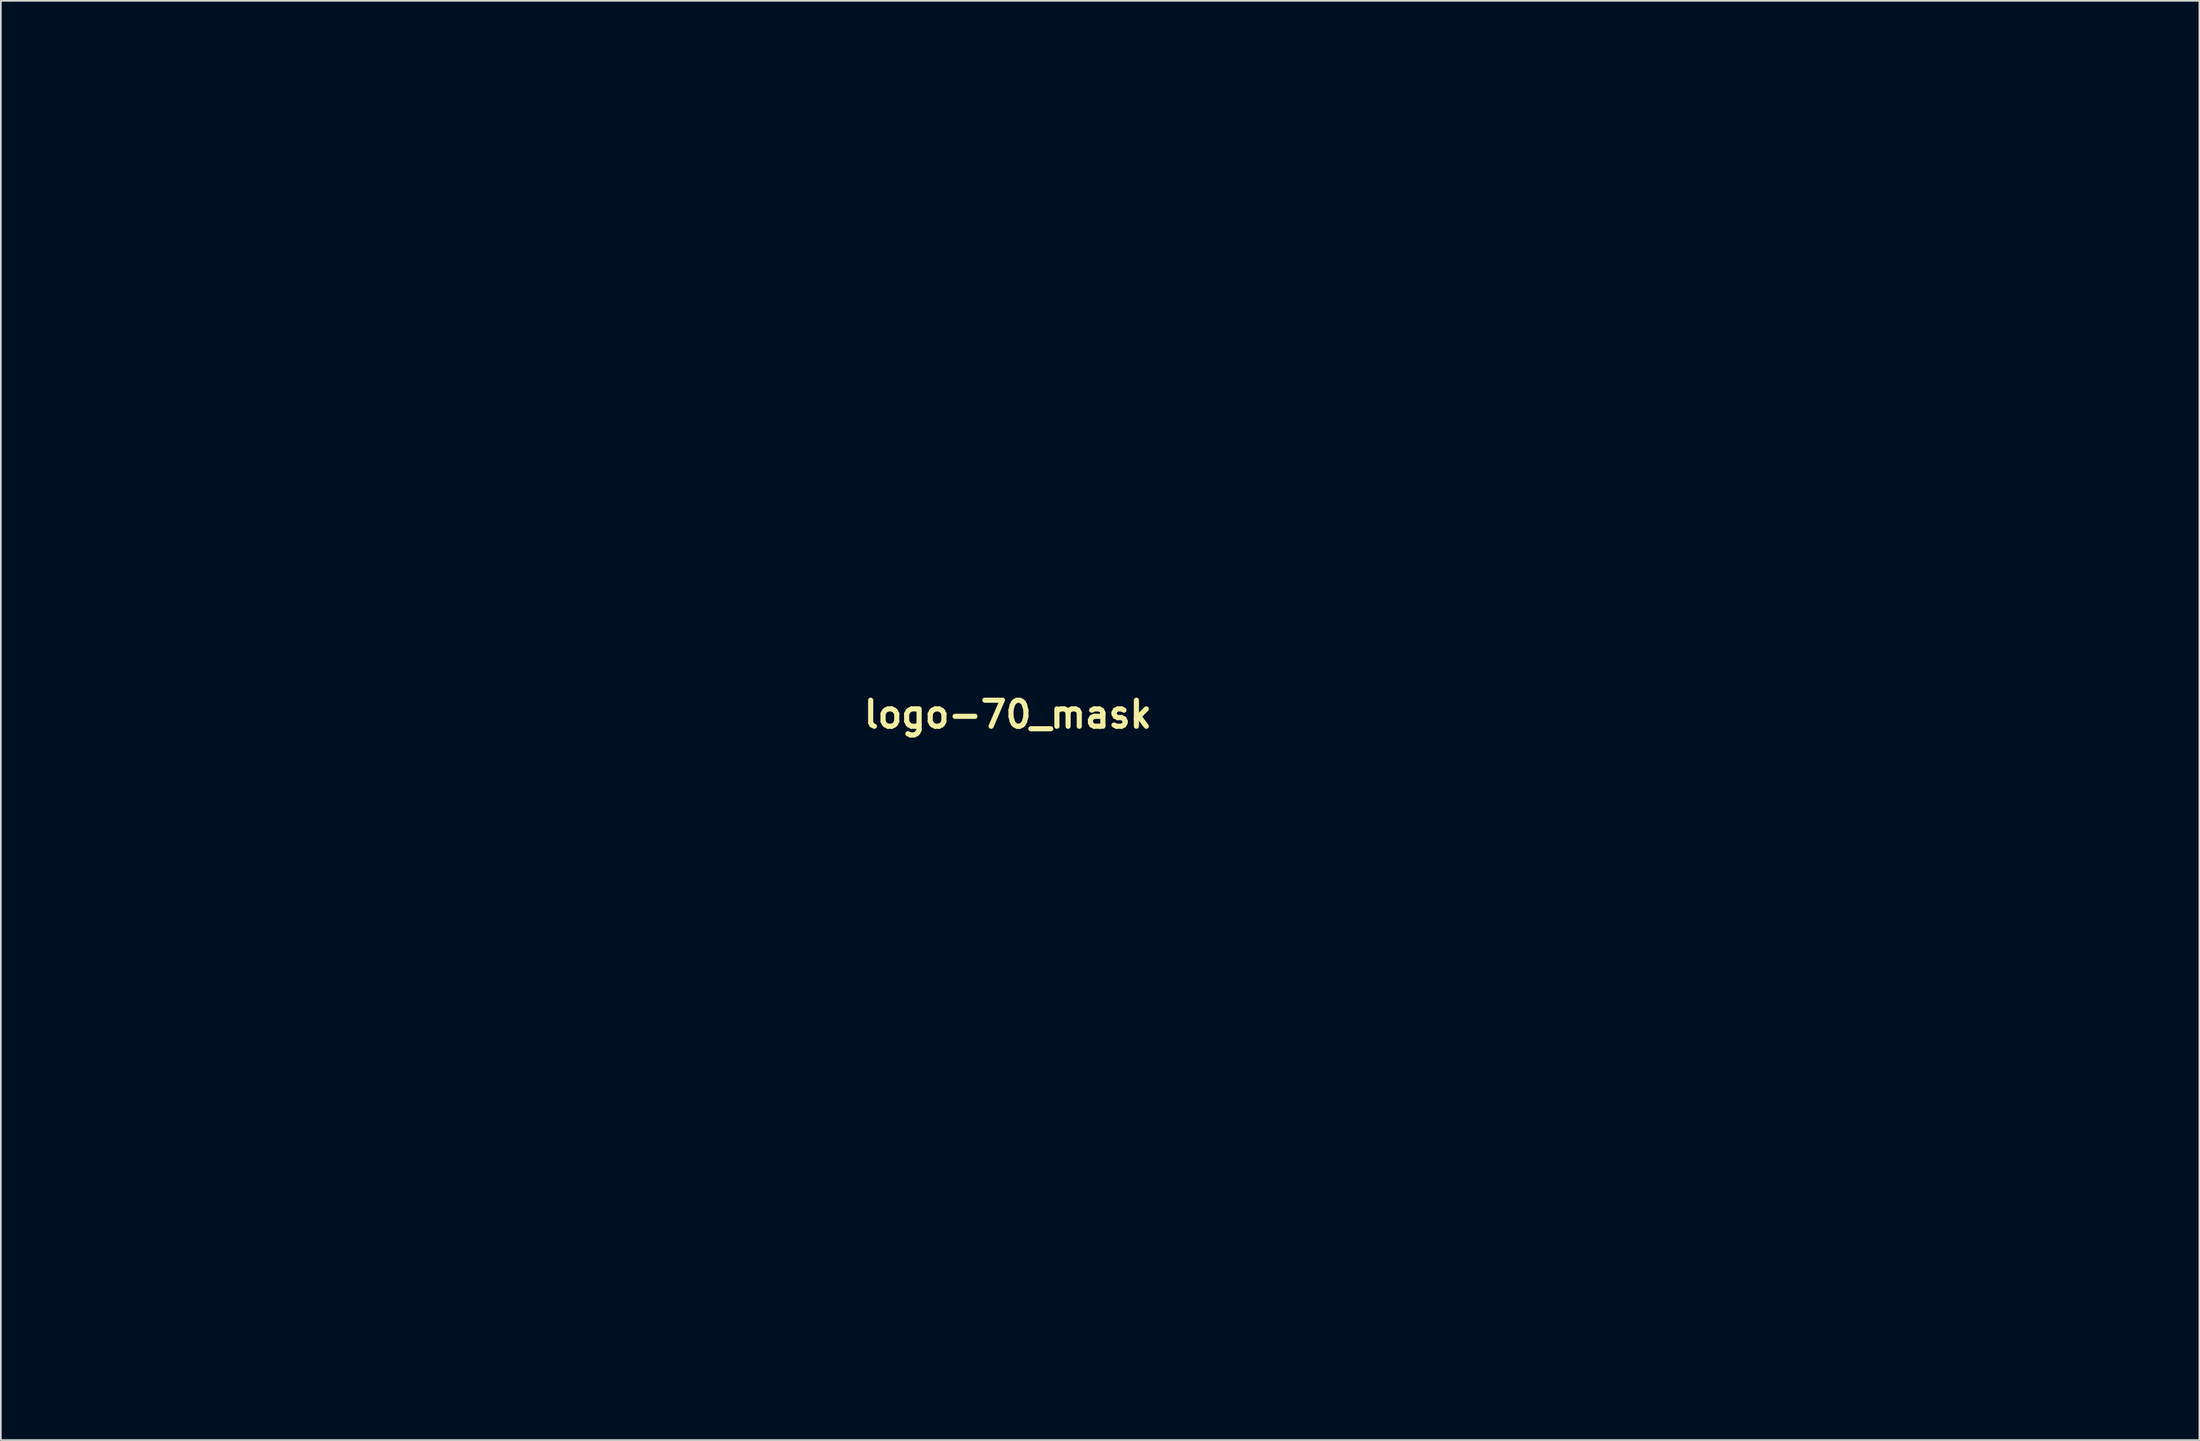
<source format=kicad_pcb>
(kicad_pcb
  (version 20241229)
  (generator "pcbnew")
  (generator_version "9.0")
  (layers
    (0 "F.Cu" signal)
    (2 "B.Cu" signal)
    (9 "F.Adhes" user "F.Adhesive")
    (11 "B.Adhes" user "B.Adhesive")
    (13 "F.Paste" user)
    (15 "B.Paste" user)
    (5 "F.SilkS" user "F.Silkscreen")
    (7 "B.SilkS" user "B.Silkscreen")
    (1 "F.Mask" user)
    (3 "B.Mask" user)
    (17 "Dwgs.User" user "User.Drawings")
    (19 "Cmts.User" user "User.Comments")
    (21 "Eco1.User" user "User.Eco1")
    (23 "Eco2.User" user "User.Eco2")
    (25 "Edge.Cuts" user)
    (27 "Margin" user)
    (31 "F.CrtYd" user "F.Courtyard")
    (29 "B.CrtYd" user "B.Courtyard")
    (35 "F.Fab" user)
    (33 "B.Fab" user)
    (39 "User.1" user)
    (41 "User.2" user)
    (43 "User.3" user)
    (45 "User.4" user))
  (footprint "logo-70_mask"
    (layer "F.Cu")
    (at 55.853 38.72)
    (property "Reference" "logo-70_mask" (at 0 0 0) (layer "F.SilkS") (effects (font (size 1.524 1.524) (thickness 0.3))))
    (attr through_hole)
    (fp_poly (pts (xy 25.186 13.965) (xy 25.276 14.64) (xy 25.218 15.565) (xy 25.054 16.48) (xy 24.825 17.129) (xy 24.649 17.286) (xy 24.473 16.969) (xy 24.362 16.159) (xy 24.342 15.543) (xy 24.419 14.407) (xy 24.618 13.707) (xy 24.891 13.533) (xy 25.186 13.965)) (stroke (width 0.01) (type solid)) (fill yes) (layer "F.Mask"))
    (fp_poly (pts (xy 19.671 15.47) (xy 19.756 16.008) (xy 19.646 16.73) (xy 19.376 17.671) (xy 19.034 18.587) (xy 18.706 19.236) (xy 18.527 19.403) (xy 18.433 19.091) (xy 18.402 18.318) (xy 18.407 18.08) (xy 18.549 16.749) (xy 18.847 15.737) (xy 19.245 15.209) (xy 19.394 15.169) (xy 19.671 15.47)) (stroke (width 0.01) (type solid)) (fill yes) (layer "F.Mask"))
    (fp_poly (pts (xy 13.334 16.122) (xy 13.401 16.492) (xy 13.268 17.146) (xy 12.94 18.048) (xy 12.51 19.001) (xy 12.073 19.806) (xy 11.722 20.267) (xy 11.591 20.293) (xy 11.555 19.862) (xy 11.682 19.003) (xy 11.917 17.959) (xy 12.204 16.971) (xy 12.489 16.284) (xy 12.504 16.259) (xy 12.969 15.888) (xy 13.334 16.122)) (stroke (width 0.01) (type solid)) (fill yes) (layer "F.Mask"))
    (fp_poly (pts (xy -1.248 14.207) (xy -1.329 14.6) (xy -1.656 15.204) (xy -2.206 15.949) (xy -3.004 16.803) (xy -3.905 17.639) (xy -4.763 18.331) (xy -5.433 18.753) (xy -5.769 18.781) (xy -5.689 18.309) (xy -5.206 17.526) (xy -4.455 16.581) (xy -3.57 15.62) (xy -2.684 14.793) (xy -1.933 14.247) (xy -1.542 14.111) (xy -1.248 14.207)) (stroke (width 0.01) (type solid)) (fill yes) (layer "F.Mask"))
    (fp_poly (pts (xy 6.319 15.911) (xy 6.35 16.035) (xy 6.176 16.665) (xy 5.729 17.535) (xy 5.123 18.486) (xy 4.471 19.359) (xy 3.886 19.995) (xy 3.482 20.233) (xy 3.398 20.183) (xy 3.441 19.709) (xy 3.768 18.835) (xy 4.292 17.762) (xy 4.925 16.69) (xy 4.939 16.669) (xy 5.437 16.144) (xy 5.975 15.856) (xy 6.319 15.911)) (stroke (width 0.01) (type solid)) (fill yes) (layer "F.Mask"))
    (fp_poly (pts (xy -9.535 11.163) (xy -9.782 11.642) (xy -10.368 12.364) (xy -11.096 13.12) (xy -11.764 13.698) (xy -12.12 13.891) (xy -12.669 14.124) (xy -13.479 14.62) (xy -13.648 14.738) (xy -14.553 15.334) (xy -15.027 15.499) (xy -15.169 15.267) (xy -15.169 15.249) (xy -14.927 14.859) (xy -14.305 14.168) (xy -13.466 13.328) (xy -12.569 12.494) (xy -11.775 11.817) (xy -11.244 11.452) (xy -11.173 11.428) (xy -10.501 11.241) (xy -10.142 11.109) (xy -9.642 11.035) (xy -9.535 11.163)) (stroke (width 0.01) (type solid)) (fill yes) (layer "F.Mask"))
    (fp_poly (pts (xy -35.278 -11.048) (xy -34.972 -10.868) (xy -34.223 -10.85) (xy -34.085 -10.864) (xy -33.068 -10.864) (xy -32.681 -10.629) (xy -32.94 -10.269) (xy -33.861 -9.895) (xy -33.944 -9.873) (xy -35.053 -9.577) (xy -35.972 -9.317) (xy -36.16 -9.259) (xy -36.852 -9.138) (xy -37.912 -9.06) (xy -39.168 -9.023) (xy -40.448 -9.027) (xy -41.58 -9.07) (xy -42.392 -9.151) (xy -42.711 -9.269) (xy -42.697 -9.302) (xy -42.193 -9.54) (xy -41.072 -9.899) (xy -39.407 -10.358) (xy -37.272 -10.897) (xy -36.072 -11.184) (xy -35.462 -11.211) (xy -35.278 -11.048)) (stroke (width 0.01) (type solid)) (fill yes) (layer "F.Mask"))
    (fp_poly (pts (xy -17.83 5.861) (xy -17.639 6.011) (xy -17.906 6.407) (xy -18.555 6.928) (xy -18.603 6.959) (xy -19.511 7.617) (xy -20.204 8.215) (xy -20.789 8.624) (xy -21.148 8.655) (xy -21.623 8.674) (xy -22.499 8.933) (xy -23.104 9.171) (xy -24.247 9.645) (xy -24.838 9.833) (xy -24.967 9.743) (xy -24.724 9.385) (xy -24.678 9.328) (xy -24.114 8.84) (xy -23.186 8.209) (xy -22.606 7.861) (xy -21.615 7.26) (xy -20.867 6.735) (xy -20.637 6.529) (xy -20.129 6.223) (xy -19.322 5.981) (xy -18.471 5.845) (xy -17.83 5.861)) (stroke (width 0.01) (type solid)) (fill yes) (layer "F.Mask"))
    (fp_poly (pts (xy -25.901 -1.339) (xy -25.33 -1.279) (xy -25.254 -1.126) (xy -25.556 -0.859) (xy -26.254 -0.461) (xy -26.655 -0.353) (xy -27.212 -0.152) (xy -27.91 0.3) (xy -28.754 0.715) (xy -29.971 1.044) (xy -30.692 1.153) (xy -31.878 1.303) (xy -32.827 1.473) (xy -33.18 1.569) (xy -33.789 1.629) (xy -33.979 1.534) (xy -33.826 1.277) (xy -33.222 0.857) (xy -32.37 0.38) (xy -31.47 -0.045) (xy -30.722 -0.311) (xy -30.47 -0.35) (xy -29.921 -0.597) (xy -29.675 -0.832) (xy -29.036 -1.141) (xy -27.805 -1.312) (xy -27.074 -1.339) (xy -25.901 -1.339)) (stroke (width 0.01) (type solid)) (fill yes) (layer "F.Mask"))
    (fp_poly (pts (xy -42.192 -23.372) (xy -41.819 -23.196) (xy -41.804 -23.179) (xy -41.225 -22.772) (xy -41.01 -22.719) (xy -40.295 -22.663) (xy -39.864 -22.631) (xy -39.29 -22.451) (xy -39.158 -22.253) (xy -39.491 -21.942) (xy -40.406 -21.675) (xy -41.782 -21.483) (xy -42.245 -21.446) (xy -43.026 -21.319) (xy -43.389 -21.112) (xy -43.392 -21.092) (xy -43.651 -20.831) (xy -44.282 -20.927) (xy -44.989 -21.296) (xy -45.688 -21.579) (xy -46.835 -21.848) (xy -48.104 -22.034) (xy -49.316 -22.207) (xy -50.057 -22.406) (xy -50.212 -22.602) (xy -50.211 -22.603) (xy -49.75 -22.76) (xy -48.743 -22.942) (xy -47.347 -23.126) (xy -46.027 -23.26) (xy -44.191 -23.402) (xy -42.948 -23.439) (xy -42.192 -23.372)) (stroke (width 0.01) (type solid)) (fill yes) (layer "F.Mask"))
    (fp_poly (pts (xy -54.156 -38.706) (xy -52.74 -38.613) (xy -51.055 -38.481) (xy -49.471 -38.36) (xy -48.228 -38.269) (xy -47.801 -38.24) (xy -46.841 -38.176) (xy -46.205 -38.13) (xy -46.126 -38.124) (xy -45.889 -37.814) (xy -45.861 -37.581) (xy -45.555 -37.145) (xy -44.806 -36.789) (xy -44.739 -36.771) (xy -43.93 -36.466) (xy -43.499 -36.124) (xy -43.491 -36.104) (xy -43.762 -35.962) (xy -44.563 -35.853) (xy -45.719 -35.782) (xy -47.054 -35.752) (xy -48.395 -35.77) (xy -49.564 -35.84) (xy -50.183 -35.921) (xy -50.707 -36.238) (xy -50.8 -36.499) (xy -51.126 -36.836) (xy -52.02 -37.233) (xy -53.181 -37.587) (xy -54.766 -38.039) (xy -55.655 -38.379) (xy -55.848 -38.606) (xy -55.348 -38.715) (xy -54.156 -38.706)) (stroke (width 0.01) (type solid)) (fill yes) (layer "F.Mask"))
    (fp_poly (pts (xy 27.506 2.12) (xy 27.657 2.592) (xy 27.632 2.679) (xy 27.647 3.025) (xy 28.007 2.965) (xy 28.414 2.96) (xy 28.565 3.467) (xy 28.575 3.805) (xy 28.432 4.614) (xy 28.098 5.047) (xy 27.642 5.467) (xy 27.097 6.283) (xy 26.591 7.247) (xy 26.258 8.113) (xy 26.212 8.603) (xy 26.192 9.132) (xy 25.956 9.908) (xy 25.606 10.704) (xy 25.243 11.291) (xy 24.967 11.442) (xy 24.954 11.431) (xy 24.721 10.786) (xy 24.713 9.709) (xy 24.906 8.427) (xy 25.278 7.17) (xy 25.41 6.857) (xy 25.879 5.586) (xy 26.193 4.296) (xy 26.241 3.926) (xy 26.375 2.944) (xy 26.557 2.256) (xy 26.595 2.181) (xy 27.041 1.93) (xy 27.506 2.12)) (stroke (width 0.01) (type solid)) (fill yes) (layer "F.Mask"))
    (fp_poly (pts (xy 24.273 3.48) (xy 24.37 4.145) (xy 24.44 4.698) (xy 24.572 4.682) (xy 24.575 4.674) (xy 24.914 4.24) (xy 25.227 4.414) (xy 25.395 5.105) (xy 25.4 5.292) (xy 25.25 6.115) (xy 24.9 6.35) (xy 24.417 6.613) (xy 23.731 7.265) (xy 23.019 8.098) (xy 22.458 8.905) (xy 22.225 9.479) (xy 22.225 9.488) (xy 21.964 9.86) (xy 21.851 9.878) (xy 21.641 10.094) (xy 21.695 10.23) (xy 21.657 10.715) (xy 21.314 11.548) (xy 21.052 12.026) (xy 20.456 12.874) (xy 20.044 13.139) (xy 19.938 13.063) (xy 19.799 12.24) (xy 20.056 10.99) (xy 20.669 9.44) (xy 21.548 7.805) (xy 22.221 6.593) (xy 22.713 5.527) (xy 22.838 5.115) (xy 23.636 5.115) (xy 23.812 5.292) (xy 23.989 5.115) (xy 23.812 4.939) (xy 23.636 5.115) (xy 22.838 5.115) (xy 22.928 4.817) (xy 22.931 4.767) (xy 23.145 3.941) (xy 23.651 3.325) (xy 24.059 3.175) (xy 24.273 3.48)) (stroke (width 0.01) (type solid)) (fill yes) (layer "F.Mask"))
    (fp_poly (pts (xy 17.428 3.638) (xy 17.425 3.927) (xy 16.992 4.519) (xy 16.581 4.941) (xy 15.346 6.111) (xy 16.469 5.891) (xy 17.227 5.777) (xy 17.442 5.965) (xy 17.263 6.616) (xy 17.229 6.716) (xy 16.857 7.459) (xy 16.466 7.801) (xy 16.458 7.802) (xy 15.706 7.909) (xy 15.057 8.127) (xy 14.16 8.573) (xy 14.111 8.599) (xy 13.035 9.27) (xy 12.032 10.063) (xy 11.274 10.823) (xy 10.933 11.397) (xy 10.929 11.443) (xy 10.663 11.817) (xy 10.02 12.404) (xy 9.215 13.036) (xy 8.461 13.543) (xy 7.977 13.758) (xy 7.969 13.758) (xy 7.792 13.466) (xy 7.761 13.148) (xy 7.944 12.563) (xy 8.405 11.683) (xy 9.014 10.708) (xy 9.64 9.84) (xy 10.152 9.279) (xy 10.351 9.173) (xy 10.839 8.937) (xy 11.642 8.328) (xy 12.602 7.494) (xy 13.556 6.582) (xy 14.345 5.741) (xy 14.809 5.118) (xy 14.847 5.034) (xy 15.389 4.338) (xy 16.259 3.801) (xy 17.144 3.593) (xy 17.428 3.638)) (stroke (width 0.01) (type solid)) (fill yes) (layer "F.Mask"))
    (fp_poly (pts (xy 21.003 3.66) (xy 21.383 3.884) (xy 21.221 4.221) (xy 21.016 4.434) (xy 20.564 5.117) (xy 20.461 5.536) (xy 20.553 5.891) (xy 20.938 5.687) (xy 20.999 5.637) (xy 21.524 5.358) (xy 21.736 5.391) (xy 21.764 5.844) (xy 21.466 6.527) (xy 21.009 7.165) (xy 20.558 7.481) (xy 20.475 7.479) (xy 20.056 7.671) (xy 19.345 8.241) (xy 18.496 9.033) (xy 17.667 9.89) (xy 17.014 10.656) (xy 16.693 11.174) (xy 16.686 11.264) (xy 16.522 11.639) (xy 16.024 12.356) (xy 15.624 12.862) (xy 14.938 13.642) (xy 14.54 13.915) (xy 14.308 13.746) (xy 14.256 13.627) (xy 14.254 12.764) (xy 14.698 11.567) (xy 15.511 10.18) (xy 16.62 8.747) (xy 17.028 8.299) (xy 17.92 7.255) (xy 18.605 6.262) (xy 18.646 6.174) (xy 19.403 6.174) (xy 19.579 6.35) (xy 19.756 6.174) (xy 19.579 5.997) (xy 19.403 6.174) (xy 18.646 6.174) (xy 18.921 5.574) (xy 19.346 4.578) (xy 20.022 3.868) (xy 20.764 3.612) (xy 21.003 3.66)) (stroke (width 0.01) (type solid)) (fill yes) (layer "F.Mask"))
    (fp_poly (pts (xy 12.639 3.018) (xy 12.631 3.502) (xy 12.175 4.12) (xy 11.573 4.576) (xy 10.89 5.051) (xy 10.782 5.336) (xy 11.017 5.48) (xy 11.769 5.5) (xy 12.296 5.319) (xy 12.986 4.997) (xy 13.189 5.104) (xy 12.96 5.717) (xy 12.811 6.023) (xy 12.16 6.908) (xy 11.363 7.44) (xy 10.62 7.507) (xy 10.396 7.388) (xy 9.925 7.397) (xy 9.037 7.684) (xy 7.914 8.16) (xy 6.742 8.735) (xy 5.704 9.32) (xy 4.984 9.825) (xy 4.76 10.128) (xy 4.476 10.467) (xy 3.764 10.978) (xy 2.834 11.539) (xy 1.897 12.025) (xy 1.165 12.314) (xy 0.97 12.346) (xy 0.747 12.054) (xy 0.706 11.717) (xy 0.999 10.998) (xy 1.795 10.06) (xy 2.197 9.701) (xy 3.175 9.701) (xy 3.351 9.878) (xy 3.528 9.701) (xy 3.351 9.525) (xy 3.175 9.701) (xy 2.197 9.701) (xy 2.972 9.008) (xy 4.406 7.946) (xy 5.974 6.979) (xy 6.816 6.541) (xy 8.54 5.612) (xy 9.577 4.829) (xy 9.886 4.388) (xy 10.577 3.448) (xy 11.634 2.89) (xy 12.148 2.822) (xy 12.639 3.018)) (stroke (width 0.01) (type solid)) (fill yes) (layer "F.Mask"))
    (fp_poly (pts (xy 8.128 1.296) (xy 8.215 1.652) (xy 7.802 2.154) (xy 7.224 2.643) (xy 6.917 2.822) (xy 6.503 2.94) (xy 5.756 3.219) (xy 4.763 3.617) (xy 5.766 3.903) (xy 6.809 4.009) (xy 7.618 3.868) (xy 8.294 3.738) (xy 8.438 4.017) (xy 8.043 4.639) (xy 7.77 4.93) (xy 7.022 5.477) (xy 6.161 5.843) (xy 5.42 5.957) (xy 5.033 5.751) (xy 5.033 5.749) (xy 4.641 5.592) (xy 3.772 5.655) (xy 2.6 5.889) (xy 1.3 6.245) (xy 0.045 6.674) (xy -0.989 7.126) (xy -1.629 7.551) (xy -1.717 7.665) (xy -2.203 8.061) (xy -3.148 8.522) (xy -4.101 8.868) (xy -5.447 9.275) (xy -6.24 9.463) (xy -6.6 9.438) (xy -6.641 9.203) (xy -6.564 8.967) (xy -6.375 8.343) (xy -6.35 8.16) (xy -6.08 7.803) (xy -5.398 7.216) (xy -4.951 6.879) (xy -3.528 6.879) (xy -3.351 7.056) (xy -3.175 6.879) (xy -3.351 6.703) (xy -3.528 6.879) (xy -4.951 6.879) (xy -4.493 6.535) (xy -3.554 5.896) (xy -2.772 5.438) (xy -2.37 5.292) (xy -1.573 5.142) (xy -0.354 4.749) (xy 1.084 4.197) (xy 2.538 3.57) (xy 3.807 2.954) (xy 4.686 2.432) (xy 4.881 2.271) (xy 5.628 1.665) (xy 6.276 1.362) (xy 6.31 1.357) (xy 7.168 1.272) (xy 7.408 1.246) (xy 8.128 1.296)) (stroke (width 0.01) (type solid)) (fill yes) (layer "F.Mask"))
    (fp_poly (pts (xy 2.682 -1.342) (xy 2.767 -1.308) (xy 3.429 -0.959) (xy 3.5 -0.647) (xy 3.322 -0.439) (xy 2.371 0.053) (xy 0.897 0.308) (xy 0.574 0.327) (xy 0.111 0.463) (xy 0.173 0.744) (xy 0.625 1.067) (xy 1.33 1.333) (xy 2.072 1.439) (xy 2.781 1.497) (xy 2.974 1.607) (xy 2.91 1.645) (xy 2.5 2.111) (xy 2.469 2.299) (xy 2.164 2.781) (xy 1.222 3.145) (xy -0.043 3.366) (xy -0.781 3.389) (xy -0.971 3.156) (xy -0.924 2.981) (xy -0.919 2.702) (xy -1.271 2.578) (xy -2.11 2.585) (xy -2.92 2.646) (xy -5.109 2.839) (xy -6.689 3.002) (xy -7.755 3.153) (xy -8.402 3.309) (xy -8.725 3.486) (xy -8.819 3.703) (xy -8.819 3.723) (xy -8.924 4.034) (xy -9.317 4.269) (xy -10.118 4.465) (xy -11.448 4.658) (xy -12.286 4.757) (xy -13.366 4.861) (xy -13.91 4.819) (xy -14.08 4.576) (xy -14.05 4.161) (xy -13.639 3.463) (xy -12.727 2.738) (xy -10.43 2.738) (xy -10.084 2.794) (xy -9.626 2.73) (xy -9.621 2.609) (xy -10.093 2.525) (xy -10.297 2.581) (xy -10.43 2.738) (xy -12.727 2.738) (xy -12.697 2.714) (xy -11.386 1.995) (xy -9.869 1.389) (xy -8.306 0.977) (xy -7.532 0.867) (xy -6.277 0.744) (xy -5.225 0.629) (xy -4.763 0.568) (xy -4.151 0.47) (xy -0.941 0.47) (xy -0.892 0.68) (xy -0.706 0.706) (xy -0.415 0.576) (xy -0.47 0.47) (xy -0.889 0.428) (xy -0.941 0.47) (xy -4.151 0.47) (xy -2.955 0.279) (xy -1.731 0.048) (xy -0.973 -0.153) (xy -0.566 -0.351) (xy -0.436 -0.489) (xy 0.374 -1.177) (xy 1.516 -1.488) (xy 2.682 -1.342)) (stroke (width 0.01) (type solid)) (fill yes) (layer "F.Mask"))
    (fp_poly (pts (xy -3.069 -5.53) (xy -2.14 -5.28) (xy -1.256 -4.949) (xy -0.627 -4.616) (xy -0.463 -4.36) (xy -0.473 -4.349) (xy -1.015 -4.169) (xy -2.208 -4.029) (xy -4.001 -3.936) (xy -4.58 -3.919) (xy -6.161 -3.881) (xy -4.821 -2.97) (xy -3.925 -2.458) (xy -3.218 -2.221) (xy -3.031 -2.232) (xy -2.362 -2.214) (xy -2.085 -2.089) (xy -1.864 -1.852) (xy -2.284 -1.771) (xy -2.402 -1.769) (xy -2.949 -1.65) (xy -3.014 -1.435) (xy -3.086 -1.054) (xy -3.674 -0.747) (xy -4.585 -0.568) (xy -5.63 -0.571) (xy -5.936 -0.614) (xy -6.525 -0.892) (xy -6.581 -1.22) (xy -6.608 -1.434) (xy -6.923 -1.615) (xy -7.608 -1.778) (xy -8.746 -1.938) (xy -10.417 -2.108) (xy -12.705 -2.302) (xy -12.917 -2.32) (xy -14.269 -2.402) (xy -15.077 -2.365) (xy -15.494 -2.191) (xy -15.64 -1.966) (xy -15.898 -1.677) (xy -16.489 -1.505) (xy -17.549 -1.426) (xy -18.686 -1.411) (xy -20.1 -1.427) (xy -20.949 -1.498) (xy -21.373 -1.657) (xy -21.512 -1.935) (xy -21.519 -2.073) (xy -21.263 -2.86) (xy -21.008 -3.16) (xy -20.95 -3.19) (xy -17.472 -3.19) (xy -17.069 -3.032) (xy -16.513 -3.119) (xy -16.228 -3.384) (xy -16.228 -3.389) (xy -16.525 -3.501) (xy -16.954 -3.528) (xy -17.446 -3.398) (xy -17.472 -3.19) (xy -20.95 -3.19) (xy -20.487 -3.431) (xy -19.562 -3.774) (xy -18.399 -4.144) (xy -17.163 -4.495) (xy -16.021 -4.781) (xy -15.136 -4.957) (xy -14.675 -4.977) (xy -14.654 -4.917) (xy -14.422 -4.765) (xy -13.58 -4.654) (xy -12.223 -4.594) (xy -11.38 -4.586) (xy -9.393 -4.536) (xy -8.066 -4.386) (xy -7.427 -4.145) (xy -7.102 -3.884) (xy -7.202 -4.144) (xy -7.219 -4.174) (xy -7.246 -4.518) (xy -6.795 -4.527) (xy -6.223 -4.574) (xy -6.077 -4.749) (xy -5.722 -5.174) (xy -4.869 -5.492) (xy -3.835 -5.62) (xy -3.069 -5.53)) (stroke (width 0.01) (type solid)) (fill yes) (layer "F.Mask"))
    (fp_poly (pts (xy -20.582 -12.565) (xy -20.23 -12.462) (xy -20.236 -12.427) (xy -20.043 -12.199) (xy -19.393 -11.939) (xy -18.525 -11.712) (xy -17.68 -11.583) (xy -17.182 -11.595) (xy -16.714 -11.543) (xy -15.785 -11.35) (xy -14.838 -11.118) (xy -12.975 -10.712) (xy -11.615 -10.611) (xy -10.625 -10.81) (xy -10.282 -10.986) (xy -9.311 -11.224) (xy -8.003 -11.045) (xy -6.56 -10.488) (xy -5.997 -10.171) (xy -4.763 -9.409) (xy -5.911 -9.103) (xy -7.37 -9.008) (xy -8.998 -9.305) (xy -10.23 -9.566) (xy -10.824 -9.536) (xy -10.786 -9.209) (xy -10.121 -8.583) (xy -10.066 -8.539) (xy -9.537 -7.991) (xy -9.437 -7.591) (xy -9.449 -7.575) (xy -9.414 -7.429) (xy -9.159 -7.489) (xy -8.472 -7.49) (xy -7.578 -7.223) (xy -7.572 -7.221) (xy -6.526 -6.76) (xy -7.459 -6.731) (xy -8.227 -6.53) (xy -8.594 -6.174) (xy -9.112 -5.762) (xy -10.157 -5.726) (xy -11.289 -5.961) (xy -12.013 -6.413) (xy -12.171 -6.895) (xy -12.264 -7.206) (xy -12.612 -7.494) (xy -13.316 -7.805) (xy -14.48 -8.181) (xy -16.207 -8.665) (xy -16.643 -8.782) (xy -18.476 -9.266) (xy -19.753 -9.573) (xy -20.597 -9.719) (xy -21.13 -9.718) (xy -21.475 -9.586) (xy -21.695 -9.4) (xy -22.057 -9.073) (xy -22.438 -8.903) (xy -22.995 -8.895) (xy -23.887 -9.05) (xy -25.273 -9.371) (xy -25.645 -9.461) (xy -27.028 -9.828) (xy -28.028 -10.158) (xy -28.56 -10.415) (xy -28.536 -10.562) (xy -28.281 -10.583) (xy -27.918 -10.869) (xy -27.869 -11.121) (xy -27.804 -11.239) (xy -24.165 -11.239) (xy -23.46 -10.936) (xy -22.636 -10.675) (xy -22.225 -10.614) (xy -21.874 -10.646) (xy -22.136 -10.878) (xy -22.225 -10.936) (xy -23.026 -11.221) (xy -23.46 -11.259) (xy -24.165 -11.239) (xy -27.804 -11.239) (xy -27.576 -11.648) (xy -27.076 -11.957) (xy -26.321 -12.146) (xy -25.209 -12.316) (xy -23.909 -12.454) (xy -22.592 -12.549) (xy -21.426 -12.59) (xy -20.582 -12.565)) (stroke (width 0.01) (type solid)) (fill yes) (layer "F.Mask"))
    (fp_poly (pts (xy -28.87 -22.524) (xy -27.188 -22.386) (xy -25.961 -22.177) (xy -25.279 -21.909) (xy -25.181 -21.68) (xy -24.977 -21.305) (xy -24.111 -20.936) (xy -23.7 -20.823) (xy -22.448 -20.469) (xy -21.294 -20.079) (xy -20.99 -19.958) (xy -19.994 -19.556) (xy -18.63 -19.029) (xy -17.183 -18.487) (xy -15.941 -18.038) (xy -15.434 -17.864) (xy -14.926 -17.867) (xy -14.817 -18.052) (xy -14.499 -18.274) (xy -13.535 -18.283) (xy -12.965 -18.228) (xy -11.591 -17.953) (xy -10.67 -17.451) (xy -10.336 -17.12) (xy -9.703 -16.509) (xy -9.214 -16.23) (xy -9.189 -16.228) (xy -8.861 -15.942) (xy -8.819 -15.699) (xy -9.008 -15.217) (xy -9.496 -15.324) (xy -9.767 -15.553) (xy -10.206 -15.737) (xy -10.378 -15.568) (xy -10.857 -15.35) (xy -11.212 -15.399) (xy -12.245 -15.78) (xy -13.472 -16.287) (xy -14.55 -16.775) (xy -14.926 -16.967) (xy -15.368 -17.152) (xy -15.311 -16.86) (xy -15.219 -16.685) (xy -14.716 -15.95) (xy -14.161 -15.295) (xy -13.719 -14.698) (xy -13.66 -14.328) (xy -13.508 -14.126) (xy -12.857 -13.914) (xy -12.749 -13.892) (xy -11.903 -13.632) (xy -11.41 -13.315) (xy -11.403 -13.305) (xy -11.511 -13.094) (xy -12.236 -13.154) (xy -12.277 -13.162) (xy -13.023 -13.247) (xy -13.229 -13.056) (xy -13.189 -12.899) (xy -13.324 -12.568) (xy -13.934 -12.445) (xy -14.822 -12.521) (xy -15.791 -12.787) (xy -16.33 -13.035) (xy -17.048 -13.64) (xy -17.164 -14.171) (xy -17.257 -14.536) (xy -17.766 -14.986) (xy -18.771 -15.581) (xy -20.237 -16.32) (xy -22.43 -17.374) (xy -24.081 -18.144) (xy -25.281 -18.656) (xy -26.119 -18.939) (xy -26.687 -19.02) (xy -27.074 -18.927) (xy -27.372 -18.689) (xy -27.493 -18.549) (xy -27.826 -18.302) (xy -28.331 -18.321) (xy -29.192 -18.632) (xy -29.741 -18.874) (xy -31.058 -19.456) (xy -32.358 -20.014) (xy -32.912 -20.245) (xy -33.747 -20.614) (xy -34.032 -20.919) (xy -33.909 -21.258) (xy -29.932 -21.258) (xy -29.607 -21.004) (xy -29.244 -20.844) (xy -28.395 -20.542) (xy -27.954 -20.535) (xy -27.717 -20.774) (xy -27.885 -21.03) (xy -28.55 -21.242) (xy -28.667 -21.262) (xy -29.609 -21.352) (xy -29.932 -21.258) (xy -33.909 -21.258) (xy -33.872 -21.362) (xy -33.665 -21.684) (xy -33.257 -22.186) (xy -32.731 -22.455) (xy -31.87 -22.561) (xy -30.916 -22.575) (xy -28.87 -22.524)) (stroke (width 0.01) (type solid)) (fill yes) (layer "F.Mask"))
    (fp_poly (pts (xy -31.621 -34.218) (xy -29.714 -33.66) (xy -28.451 -33.216) (xy -27.783 -32.867) (xy -27.652 -32.612) (xy -27.432 -32.226) (xy -26.62 -31.563) (xy -25.256 -30.654) (xy -24.056 -29.924) (xy -22.583 -29.058) (xy -21.32 -28.326) (xy -20.396 -27.801) (xy -19.941 -27.558) (xy -19.932 -27.555) (xy -19.423 -27.271) (xy -18.647 -26.762) (xy -18.544 -26.691) (xy -17.882 -26.261) (xy -17.661 -26.249) (xy -17.74 -26.565) (xy -17.759 -27.015) (xy -17.242 -27.161) (xy -17.085 -27.164) (xy -16.421 -27.001) (xy -15.513 -26.587) (xy -14.536 -26.029) (xy -13.664 -25.437) (xy -13.07 -24.919) (xy -12.929 -24.585) (xy -12.94 -24.572) (xy -12.882 -24.215) (xy -12.504 -23.841) (xy -12.129 -23.522) (xy -12.26 -23.392) (xy -12.992 -23.382) (xy -13.125 -23.385) (xy -13.927 -23.489) (xy -14.227 -23.706) (xy -14.208 -23.765) (xy -14.274 -23.953) (xy -14.609 -23.873) (xy -15.351 -23.934) (xy -16.461 -24.498) (xy -16.758 -24.695) (xy -17.841 -25.408) (xy -18.416 -25.68) (xy -18.532 -25.502) (xy -18.24 -24.869) (xy -18.027 -24.498) (xy -17.559 -23.619) (xy -17.303 -22.97) (xy -17.286 -22.861) (xy -17.03 -22.365) (xy -16.669 -22.028) (xy -16.282 -21.575) (xy -16.308 -21.322) (xy -16.75 -21.295) (xy -17.056 -21.475) (xy -17.679 -21.695) (xy -18.334 -21.58) (xy -18.69 -21.201) (xy -18.697 -21.129) (xy -18.984 -20.849) (xy -19.226 -20.814) (xy -19.696 -20.961) (xy -19.756 -21.086) (xy -20.039 -21.395) (xy -20.764 -21.89) (xy -21.348 -22.227) (xy -22.266 -22.747) (xy -22.646 -23.073) (xy -22.57 -23.348) (xy -22.187 -23.665) (xy -21.853 -23.95) (xy -21.777 -24.218) (xy -22.036 -24.57) (xy -22.71 -25.107) (xy -23.878 -25.931) (xy -24.034 -26.039) (xy -25.247 -26.889) (xy -26.266 -27.616) (xy -26.928 -28.105) (xy -27.061 -28.21) (xy -27.636 -28.539) (xy -27.825 -28.575) (xy -28.259 -28.812) (xy -28.281 -28.855) (xy -28.68 -29.289) (xy -29.416 -29.781) (xy -30.26 -30.211) (xy -30.981 -30.462) (xy -31.345 -30.425) (xy -31.742 -30.059) (xy -32.35 -30.023) (xy -33.261 -30.346) (xy -34.571 -31.055) (xy -35.719 -31.761) (xy -38.566 -33.564) (xy -34.396 -33.564) (xy -32.988 -32.685) (xy -32.004 -32.161) (xy -31.451 -32.103) (xy -31.328 -32.214) (xy -31.344 -32.714) (xy -31.501 -32.851) (xy -32.12 -33.071) (xy -33.061 -33.302) (xy -33.161 -33.322) (xy -34.396 -33.564) (xy -38.566 -33.564) (xy -38.796 -33.71) (xy -37.281 -34.538) (xy -35.766 -35.366) (xy -31.621 -34.218)) (stroke (width 0.01) (type solid)) (fill yes) (layer "F.Mask"))
    (fp_poly (pts (xy 5.542 -17.616) (xy 7.964 -17.584) (xy 9.508 -17.561) (xy 12.471 -17.508) (xy 14.833 -17.442) (xy 16.696 -17.358) (xy 18.164 -17.249) (xy 19.341 -17.106) (xy 20.33 -16.923) (xy 20.97 -16.766) (xy 22.362 -16.432) (xy 23.187 -16.34) (xy 23.54 -16.483) (xy 23.557 -16.521) (xy 23.924 -16.608) (xy 24.906 -16.687) (xy 26.414 -16.755) (xy 28.363 -16.814) (xy 30.664 -16.863) (xy 33.231 -16.902) (xy 35.976 -16.929) (xy 38.813 -16.946) (xy 41.653 -16.951) (xy 44.41 -16.944) (xy 46.997 -16.926) (xy 49.326 -16.895) (xy 51.31 -16.851) (xy 52.862 -16.795) (xy 53.895 -16.725) (xy 54.321 -16.642) (xy 54.328 -16.63) (xy 54.228 -15.637) (xy 53.962 -14.216) (xy 53.58 -12.565) (xy 53.135 -10.878) (xy 52.676 -9.353) (xy 52.255 -8.186) (xy 52.006 -7.68) (xy 51.491 -6.859) (xy 51.187 -6.324) (xy 51.153 -6.234) (xy 51.478 -6.151) (xy 52.343 -6.044) (xy 53.586 -5.932) (xy 54.079 -5.896) (xy 57.334 -5.394) (xy 60.103 -4.385) (xy 62.383 -2.868) (xy 64.172 -0.846) (xy 65.099 0.799) (xy 65.773 2.448) (xy 66.238 4.111) (xy 66.516 5.949) (xy 66.629 8.124) (xy 66.6 10.798) (xy 66.577 11.465) (xy 66.257 15.62) (xy 65.594 19.369) (xy 64.527 22.951) (xy 63 26.606) (xy 62.733 27.164) (xy 60.729 30.612) (xy 58.332 33.548) (xy 55.588 35.932) (xy 52.546 37.724) (xy 49.25 38.884) (xy 48.726 39.004) (xy 45.623 39.414) (xy 42.56 39.363) (xy 41.047 39.144) (xy 38.873 38.447) (xy 36.762 37.299) (xy 35.012 35.868) (xy 34.83 35.674) (xy 33.426 33.862) (xy 32.395 31.886) (xy 31.677 29.59) (xy 31.23 26.911) (xy 39.576 26.911) (xy 39.653 27.545) (xy 39.974 28.558) (xy 40.337 29.433) (xy 41.082 30.783) (xy 41.928 31.663) (xy 42.567 32.063) (xy 44.41 32.67) (xy 46.453 32.744) (xy 48.435 32.286) (xy 48.89 32.088) (xy 50.746 30.844) (xy 52.53 28.974) (xy 54.175 26.558) (xy 55.206 24.588) (xy 55.769 23.28) (xy 56.357 21.731) (xy 56.926 20.083) (xy 57.432 18.48) (xy 57.83 17.064) (xy 58.076 15.978) (xy 58.127 15.364) (xy 58.096 15.293) (xy 57.751 15.412) (xy 56.904 15.862) (xy 55.642 16.587) (xy 54.054 17.533) (xy 52.229 18.643) (xy 50.254 19.863) (xy 48.217 21.137) (xy 46.208 22.409) (xy 44.313 23.625) (xy 42.622 24.73) (xy 41.222 25.667) (xy 40.201 26.382) (xy 39.649 26.818) (xy 39.576 26.911) (xy 31.23 26.911) (xy 31.214 26.816) (xy 31.114 25.852) (xy 30.868 23.163) (xy 28.215 27.164) (xy 23.456 27.164) (xy 21.716 27.151) (xy 20.261 27.117) (xy 19.22 27.066) (xy 18.722 27.002) (xy 18.697 26.984) (xy 18.887 26.647) (xy 19.411 25.831) (xy 20.202 24.64) (xy 21.193 23.173) (xy 21.904 22.133) (xy 23.233 20.193) (xy 24.646 18.127) (xy 24.888 17.772) (xy 39.864 17.772) (xy 40.117 17.796) (xy 40.887 17.473) (xy 42.189 16.794) (xy 44.037 15.751) (xy 46.447 14.336) (xy 49.034 12.782) (xy 51.656 11.19) (xy 53.732 9.913) (xy 55.325 8.908) (xy 56.495 8.131) (xy 57.306 7.539) (xy 57.82 7.088) (xy 58.097 6.736) (xy 58.2 6.437) (xy 58.206 6.337) (xy 57.978 5.209) (xy 57.389 3.874) (xy 56.589 2.606) (xy 55.728 1.686) (xy 55.665 1.638) (xy 54.63 1.15) (xy 53.226 0.831) (xy 52.807 0.785) (xy 50.558 0.939) (xy 48.428 1.763) (xy 46.441 3.227) (xy 44.624 5.301) (xy 43.003 7.955) (xy 41.604 11.16) (xy 40.451 14.886) (xy 40.411 15.044) (xy 40.122 16.273) (xy 39.924 17.279) (xy 39.864 17.772) (xy 24.888 17.772) (xy 25.993 16.152) (xy 27.128 14.482) (xy 27.38 14.111) (xy 28.442 12.549) (xy 29.505 10.999) (xy 30.422 9.673) (xy 30.896 8.996) (xy 31.596 7.935) (xy 31.93 7.157) (xy 31.978 6.401) (xy 31.899 5.821) (xy 31.734 4.757) (xy 31.635 3.913) (xy 31.627 3.792) (xy 31.321 3.27) (xy 30.997 3.175) (xy 30.499 3.476) (xy 30.132 4.4) (xy 29.887 5.976) (xy 29.799 7.166) (xy 29.7 8.208) (xy 29.554 8.932) (xy 29.474 9.096) (xy 29.12 9.153) (xy 28.853 8.659) (xy 28.715 7.766) (xy 28.75 6.626) (xy 28.762 6.526) (xy 28.909 5.095) (xy 29.031 3.467) (xy 29.064 2.853) (xy 32.651 2.853) (xy 32.659 3.109) (xy 32.723 4.243) (xy 32.763 5.027) (xy 32.842 5.732) (xy 32.956 5.997) (xy 33.214 5.727) (xy 33.685 5.05) (xy 33.875 4.749) (xy 34.349 3.878) (xy 34.446 3.227) (xy 34.207 2.451) (xy 34.173 2.368) (xy 33.876 1.536) (xy 33.777 1.001) (xy 33.783 0.97) (xy 33.602 0.716) (xy 33.503 0.706) (xy 33.081 1.02) (xy 32.771 1.812) (xy 32.651 2.853) (xy 29.064 2.853) (xy 29.071 2.736) (xy 29.184 1.353) (xy 29.368 0.577) (xy 29.61 0.441) (xy 29.843 0.84) (xy 30.144 1.226) (xy 30.556 1.024) (xy 30.909 0.856) (xy 31.036 1.246) (xy 31.044 1.565) (xy 31.146 2.183) (xy 31.375 2.307) (xy 31.629 1.798) (xy 31.621 0.983) (xy 31.472 0.529) (xy 32.103 0.529) (xy 32.279 0.706) (xy 32.456 0.529) (xy 32.279 0.353) (xy 32.103 0.529) (xy 31.472 0.529) (xy 31.365 0.203) (xy 31.348 0.178) (xy 34.587 0.178) (xy 34.719 1.157) (xy 34.956 1.822) (xy 35.258 2.305) (xy 35.522 2.243) (xy 35.892 1.75) (xy 36.223 1.162) (xy 36.204 0.621) (xy 35.823 -0.192) (xy 35.811 -0.215) (xy 35.335 -0.923) (xy 34.944 -1.218) (xy 34.875 -1.204) (xy 34.636 -0.706) (xy 34.587 0.178) (xy 31.348 0.178) (xy 31.279 0.073) (xy 31.084 -0.484) (xy 31.411 -0.772) (xy 32.108 -0.719) (xy 32.59 -0.521) (xy 33.269 -0.199) (xy 33.482 -0.276) (xy 33.385 -0.816) (xy 33.377 -0.85) (xy 33.107 -1.789) (xy 32.925 -2.322) (xy 32.86 -2.766) (xy 33.273 -2.719) (xy 33.276 -2.718) (xy 33.773 -2.706) (xy 33.867 -2.901) (xy 34.033 -2.978) (xy 34.373 -2.625) (xy 34.736 -2.201) (xy 34.818 -2.355) (xy 34.799 -2.522) (xy 34.553 -3.18) (xy 35.807 -3.18) (xy 36.038 -2.161) (xy 36.55 -0.617) (xy 36.784 -0.15) (xy 37.077 -0.107) (xy 37.52 -0.546) (xy 38.207 -1.527) (xy 38.365 -1.766) (xy 38.981 -2.765) (xy 39.397 -3.547) (xy 39.511 -3.876) (xy 39.768 -4.222) (xy 39.851 -4.233) (xy 40.261 -4.51) (xy 40.602 -4.999) (xy 40.819 -5.659) (xy 40.502 -6.133) (xy 40.37 -6.234) (xy 39.945 -6.589) (xy 40.096 -6.697) (xy 40.326 -6.703) (xy 40.837 -6.511) (xy 40.922 -6.307) (xy 41.084 -6.105) (xy 41.502 -6.42) (xy 42.08 -7.16) (xy 42.441 -7.734) (xy 43.079 -8.819) (xy 37.271 -8.819) (xy 38.121 -7.915) (xy 38.971 -7.01) (xy 37.958 -7.395) (xy 37.213 -7.63) (xy 36.823 -7.66) (xy 36.821 -7.658) (xy 36.942 -7.332) (xy 37.385 -6.622) (xy 37.84 -5.976) (xy 38.982 -4.418) (xy 37.659 -5.196) (xy 36.761 -5.624) (xy 36.366 -5.567) (xy 36.48 -5.034) (xy 37.104 -4.036) (xy 37.218 -3.881) (xy 37.837 -2.915) (xy 38.09 -2.262) (xy 37.989 -2.006) (xy 37.547 -2.235) (xy 37.046 -2.724) (xy 36.307 -3.443) (xy 35.895 -3.601) (xy 35.807 -3.18) (xy 34.553 -3.18) (xy 34.505 -3.307) (xy 34.312 -3.592) (xy 34.178 -4.057) (xy 34.572 -4.057) (xy 34.749 -3.881) (xy 34.925 -4.057) (xy 34.749 -4.233) (xy 34.572 -4.057) (xy 34.178 -4.057) (xy 34.109 -4.297) (xy 34.229 -4.598) (xy 34.566 -4.926) (xy 35.064 -4.789) (xy 35.322 -4.637) (xy 36.093 -4.159) (xy 35.317 -5.145) (xy 34.541 -6.132) (xy 35.262 -6.518) (xy 35.757 -6.852) (xy 35.672 -7.197) (xy 35.379 -7.509) (xy 35.043 -7.977) (xy 35.202 -8.114) (xy 35.512 -8.29) (xy 36.336 -8.29) (xy 36.513 -8.114) (xy 36.689 -8.29) (xy 36.513 -8.467) (xy 36.336 -8.29) (xy 35.512 -8.29) (xy 35.603 -8.342) (xy 35.631 -8.467) (xy 35.318 -8.689) (xy 34.539 -8.812) (xy 34.247 -8.819) (xy 33.332 -8.76) (xy 32.878 -8.478) (xy 32.644 -7.814) (xy 32.632 -7.761) (xy 32.376 -7.02) (xy 32.081 -6.703) (xy 32.075 -6.703) (xy 31.815 -6.406) (xy 31.75 -5.959) (xy 31.595 -5.418) (xy 31.221 -5.419) (xy 30.812 -5.375) (xy 30.692 -4.751) (xy 30.544 -4.064) (xy 30.213 -3.896) (xy 29.867 -4.322) (xy 29.707 -4.511) (xy 29.656 -4.233) (xy 29.438 -3.477) (xy 29.275 -3.175) (xy 28.944 -2.823) (xy 28.634 -3.104) (xy 28.588 -3.175) (xy 28.318 -3.402) (xy 28.053 -3.079) (xy 27.829 -2.504) (xy 27.531 -1.741) (xy 27.296 -1.566) (xy 26.974 -1.892) (xy 26.912 -1.974) (xy 26.509 -2.438) (xy 26.201 -2.335) (xy 25.907 -1.961) (xy 25.505 -1.281) (xy 25.388 -0.903) (xy 25.194 -0.867) (xy 24.74 -1.293) (xy 24.711 -1.327) (xy 24.046 -2.124) (xy 23.291 -1.164) (xy 22.745 -0.563) (xy 22.401 -0.499) (xy 22.207 -0.719) (xy 22.004 -1.403) (xy 22.041 -1.676) (xy 22.067 -2.078) (xy 21.674 -1.952) (xy 20.895 -1.31) (xy 20.749 -1.172) (xy 19.971 -0.551) (xy 19.518 -0.537) (xy 19.329 -1.147) (xy 19.315 -1.562) (xy 19.315 -2.448) (xy 17.814 -1.568) (xy 16.313 -0.689) (xy 16.147 -1.561) (xy 16.16 -2.389) (xy 16.196 -2.469) (xy 23.283 -2.469) (xy 23.412 -2.179) (xy 23.519 -2.234) (xy 23.561 -2.653) (xy 23.519 -2.705) (xy 23.309 -2.656) (xy 23.283 -2.469) (xy 16.196 -2.469) (xy 16.315 -2.734) (xy 21.178 -2.734) (xy 21.357 -2.672) (xy 21.757 -2.999) (xy 22.204 -3.523) (xy 22.331 -3.734) (xy 24.017 -3.734) (xy 24.082 -3.276) (xy 24.202 -3.271) (xy 24.286 -3.743) (xy 24.273 -3.792) (xy 25.758 -3.792) (xy 25.814 -3.277) (xy 26.021 -3.404) (xy 26.106 -3.528) (xy 26.322 -3.955) (xy 27.382 -3.955) (xy 27.528 -3.881) (xy 27.831 -4.166) (xy 27.869 -4.41) (xy 27.794 -4.88) (xy 27.731 -4.939) (xy 27.503 -4.663) (xy 27.389 -4.41) (xy 27.382 -3.955) (xy 26.322 -3.955) (xy 26.404 -4.119) (xy 26.453 -4.322) (xy 26.188 -4.579) (xy 26.106 -4.586) (xy 25.832 -4.287) (xy 25.758 -3.792) (xy 24.273 -3.792) (xy 24.23 -3.947) (xy 24.073 -4.08) (xy 24.017 -3.734) (xy 22.331 -3.734) (xy 22.522 -4.05) (xy 22.578 -4.272) (xy 22.371 -4.287) (xy 21.874 -3.882) (xy 21.872 -3.881) (xy 21.356 -3.217) (xy 21.178 -2.734) (xy 16.315 -2.734) (xy 16.368 -2.852) (xy 16.453 -3.095) (xy 18.344 -3.095) (xy 18.559 -3.04) (xy 19.079 -3.347) (xy 19.716 -3.873) (xy 20.283 -4.473) (xy 20.453 -4.711) (xy 20.691 -5.161) (xy 20.492 -5.133) (xy 20.414 -5.086) (xy 19.625 -4.512) (xy 18.892 -3.844) (xy 18.419 -3.281) (xy 18.344 -3.095) (xy 16.453 -3.095) (xy 16.461 -3.119) (xy 15.959 -3.062) (xy 14.891 -2.687) (xy 13.977 -2.308) (xy 12.609 -1.716) (xy 12.785 -2.534) (xy 13.053 -3.499) (xy 13.077 -3.566) (xy 14.943 -3.566) (xy 15.435 -3.726) (xy 16.372 -4.208) (xy 16.782 -4.443) (xy 17.848 -5.12) (xy 18.06 -5.292) (xy 28.928 -5.292) (xy 29.057 -5.001) (xy 29.163 -5.056) (xy 29.205 -5.475) (xy 29.163 -5.527) (xy 28.953 -5.478) (xy 28.928 -5.292) (xy 18.06 -5.292) (xy 18.469 -5.622) (xy 18.562 -5.821) (xy 29.986 -5.821) (xy 30.163 -5.644) (xy 30.339 -5.821) (xy 30.163 -5.997) (xy 29.986 -5.821) (xy 18.562 -5.821) (xy 18.595 -5.893) (xy 18.178 -5.874) (xy 17.975 -5.815) (xy 17.177 -5.487) (xy 16.784 -5.248) (xy 16.246 -4.817) (xy 15.522 -4.245) (xy 14.954 -3.736) (xy 14.943 -3.566) (xy 13.077 -3.566) (xy 13.241 -4.019) (xy 13.352 -4.433) (xy 13.106 -4.565) (xy 12.351 -4.473) (xy 12.14 -4.436) (xy 11.021 -4.221) (xy 10.073 -4.02) (xy 9.966 -3.995) (xy 9.324 -4) (xy 9.223 -4.449) (xy 9.665 -5.333) (xy 9.843 -5.593) (xy 11.786 -5.593) (xy 11.867 -5.367) (xy 12.539 -5.43) (xy 13.753 -5.771) (xy 15.081 -6.239) (xy 15.978 -6.635) (xy 16.514 -6.989) (xy 16.581 -7.103) (xy 16.308 -7.388) (xy 15.516 -7.244) (xy 14.287 -6.703) (xy 13.342 -6.268) (xy 12.622 -6.02) (xy 12.47 -5.997) (xy 11.901 -5.734) (xy 11.786 -5.593) (xy 9.843 -5.593) (xy 9.891 -5.662) (xy 10.609 -6.671) (xy 8.143 -6.775) (xy 5.678 -6.879) (xy 6.11 -7.77) (xy 8.29 -7.77) (xy 10.444 -7.931) (xy 11.796 -8.092) (xy 13.014 -8.336) (xy 13.619 -8.528) (xy 14.64 -8.963) (xy 13.582 -9.082) (xy 12.678 -9.033) (xy 11.427 -8.783) (xy 10.407 -8.485) (xy 8.29 -7.77) (xy 6.11 -7.77) (xy 6.234 -8.026) (xy 6.725 -8.785) (xy 7.21 -9.163) (xy 7.276 -9.172) (xy 7.717 -9.354) (xy 7.761 -9.484) (xy 7.441 -9.679) (xy 6.604 -9.881) (xy 5.545 -10.033) (xy 4.003 -10.231) (xy 3.093 -10.465) (xy 2.742 -10.799) (xy 2.866 -11.25) (xy 5.805 -11.25) (xy 6.099 -11.071) (xy 6.879 -10.932) (xy 7.975 -10.85) (xy 9.272 -10.834) (xy 10.559 -10.875) (xy 11.622 -10.966) (xy 12.249 -11.098) (xy 12.315 -11.139) (xy 12.351 -11.468) (xy 11.795 -11.705) (xy 10.757 -11.829) (xy 9.348 -11.82) (xy 8.819 -11.785) (xy 7.188 -11.617) (xy 6.176 -11.435) (xy 5.805 -11.25) (xy 2.866 -11.25) (xy 2.878 -11.296) (xy 3.36 -11.941) (xy 4.082 -12.645) (xy 4.727 -13.029) (xy 4.864 -13.053) (xy 5.255 -13.143) (xy 5.052 -13.384) (xy 4.339 -13.725) (xy 3.2 -14.121) (xy 2.781 -14.245) (xy 1.359 -14.695) (xy -0.057 -15.212) (xy -0.426 -15.366) (xy 3.845 -15.366) (xy 3.881 -15.321) (xy 4.643 -15.005) (xy 5.115 -14.795) (xy 5.759 -14.605) (xy 6.796 -14.397) (xy 8.012 -14.202) (xy 9.189 -14.052) (xy 10.11 -13.977) (xy 10.56 -14.01) (xy 10.562 -14.011) (xy 10.473 -14.313) (xy 10.16 -14.685) (xy 9.572 -15.006) (xy 8.494 -15.227) (xy 6.828 -15.366) (xy 6.477 -15.384) (xy 5.168 -15.425) (xy 4.249 -15.417) (xy 3.845 -15.366) (xy -0.426 -15.366) (xy -0.679 -15.471) (xy -2.158 -16.133) (xy -1.734 -16.384) (xy 10.815 -16.384) (xy 11.282 -16.227) (xy 12.254 -15.935) (xy 13.554 -15.559) (xy 15.006 -15.148) (xy 16.434 -14.752) (xy 17.66 -14.42) (xy 18.51 -14.202) (xy 18.777 -14.145) (xy 19.22 -14.29) (xy 19.984 -14.691) (xy 20.149 -14.79) (xy 21.265 -15.469) (xy 19.855 -15.848) (xy 19.118 -15.984) (xy 17.989 -16.119) (xy 16.607 -16.246) (xy 15.113 -16.355) (xy 13.647 -16.44) (xy 12.351 -16.491) (xy 11.364 -16.5) (xy 10.827 -16.458) (xy 10.815 -16.384) (xy -1.734 -16.384) (xy -0.832 -16.916) (xy -0.404 -17.155) (xy 0.03 -17.338) (xy 0.563 -17.471) (xy 1.287 -17.559) (xy 2.297 -17.609) (xy 3.685 -17.626) (xy 5.542 -17.616)) (stroke (width 0.01) (type solid)) (fill yes) (layer "F.Mask")))
  (gr_rect
    (start -3 -3)
    (end 125.488 81.139)
    (stroke (width 0.1) (type default))
    (fill no)
    (layer "Edge.Cuts")))
</source>
